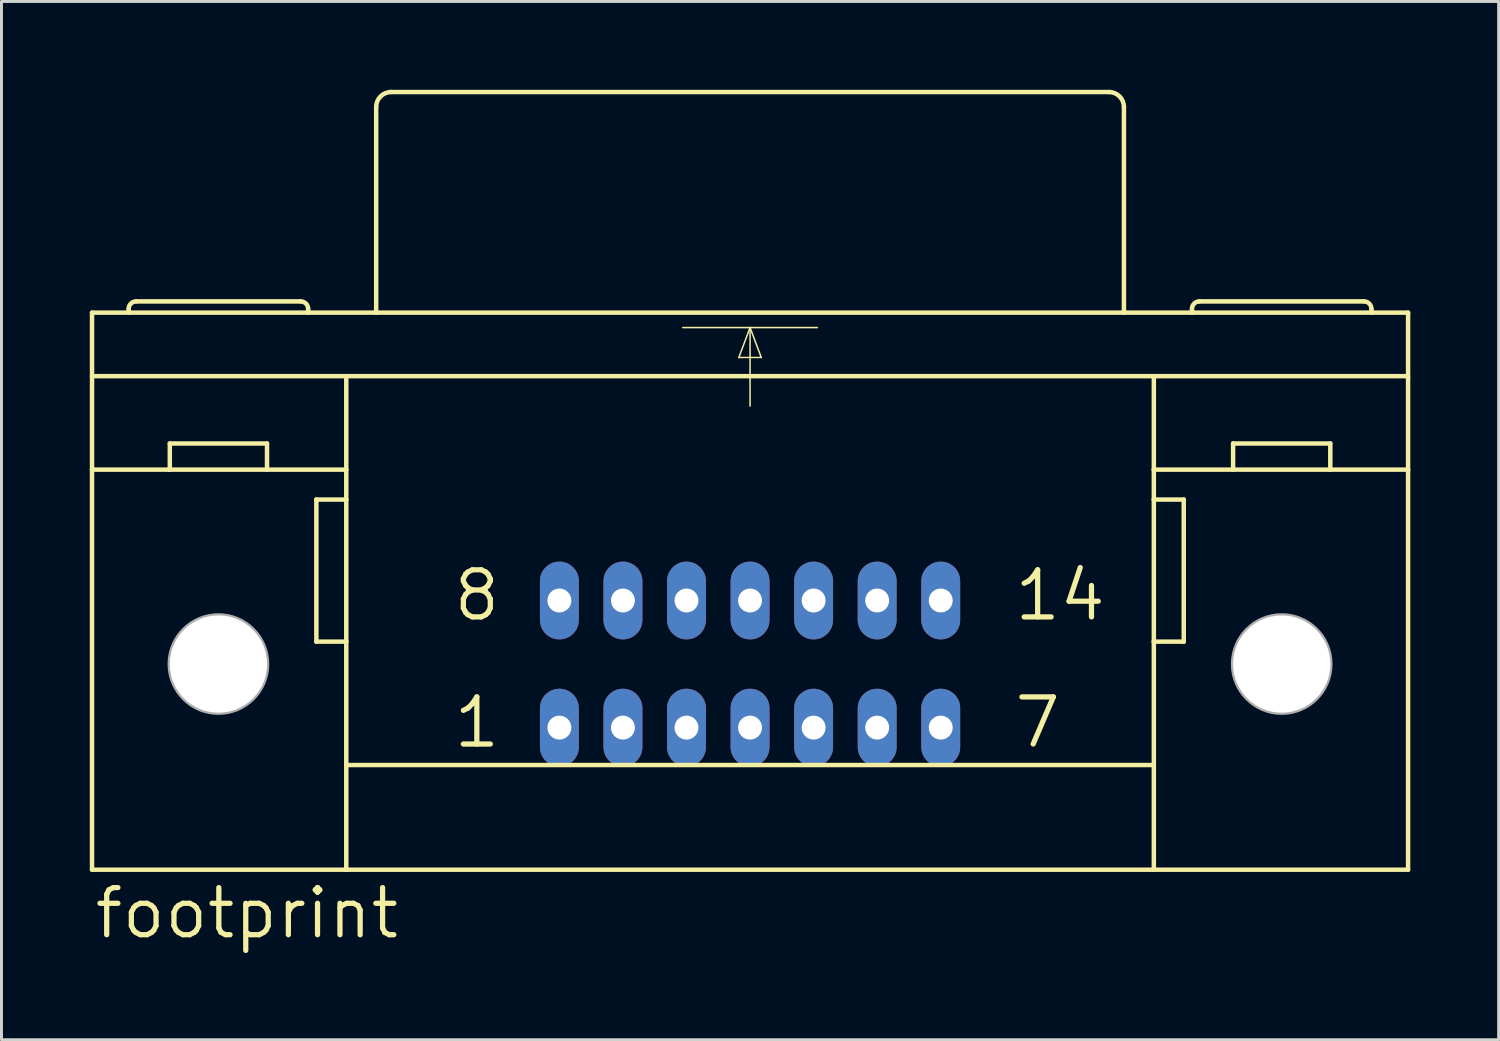
<source format=kicad_pcb>
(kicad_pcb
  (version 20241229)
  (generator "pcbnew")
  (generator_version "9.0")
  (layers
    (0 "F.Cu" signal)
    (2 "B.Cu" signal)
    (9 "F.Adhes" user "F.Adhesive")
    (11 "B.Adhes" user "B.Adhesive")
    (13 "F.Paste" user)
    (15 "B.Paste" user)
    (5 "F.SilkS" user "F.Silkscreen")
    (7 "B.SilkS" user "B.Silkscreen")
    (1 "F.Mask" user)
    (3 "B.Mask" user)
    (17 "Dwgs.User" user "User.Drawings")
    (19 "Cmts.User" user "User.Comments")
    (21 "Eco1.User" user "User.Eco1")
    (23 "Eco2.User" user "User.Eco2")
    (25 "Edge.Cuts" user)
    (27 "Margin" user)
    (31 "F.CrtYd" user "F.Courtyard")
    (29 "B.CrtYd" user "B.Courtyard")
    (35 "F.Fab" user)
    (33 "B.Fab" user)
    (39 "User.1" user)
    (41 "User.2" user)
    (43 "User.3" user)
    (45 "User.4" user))
  (footprint "footprint"
    (layer "F.Cu")
    (at 22.428 19.507)
    (property "Reference" "footprint" (at -22.352 9.398 0) (layer "F.SilkS") (effects (font (size 1.6 1.6) (thickness 0.178)) (justify left bottom)))
    (fp_line (start -22.352 -11.938) (end -21.107 -11.938) (stroke (width 0.152) (type solid)) (layer "F.SilkS"))
    (fp_line (start -22.352 -9.779) (end -13.716 -9.779) (stroke (width 0.152) (type solid)) (layer "F.SilkS"))
    (fp_line (start -22.352 -6.604) (end -22.352 -11.938) (stroke (width 0.152) (type solid)) (layer "F.SilkS"))
    (fp_line (start -22.352 6.985) (end -22.352 -6.604) (stroke (width 0.152) (type solid)) (layer "F.SilkS"))
    (fp_line (start -22.352 6.985) (end -13.716 6.985) (stroke (width 0.152) (type solid)) (layer "F.SilkS"))
    (fp_line (start -21.107 -11.938) (end -21.107 -12.065) (stroke (width 0.152) (type solid)) (layer "F.SilkS"))
    (fp_line (start -21.107 -11.938) (end -15.011 -11.938) (stroke (width 0.152) (type solid)) (layer "F.SilkS"))
    (fp_line (start -19.71 -6.604) (end -22.352 -6.604) (stroke (width 0.152) (type solid)) (layer "F.SilkS"))
    (fp_line (start -19.71 -6.604) (end -19.71 -7.493) (stroke (width 0.152) (type solid)) (layer "F.SilkS"))
    (fp_line (start -16.408 -7.493) (end -19.71 -7.493) (stroke (width 0.152) (type solid)) (layer "F.SilkS"))
    (fp_line (start -16.408 -6.604) (end -19.71 -6.604) (stroke (width 0.152) (type solid)) (layer "F.SilkS"))
    (fp_line (start -16.408 -6.604) (end -16.408 -7.493) (stroke (width 0.152) (type solid)) (layer "F.SilkS"))
    (fp_line (start -15.265 -12.319) (end -20.853 -12.319) (stroke (width 0.152) (type solid)) (layer "F.SilkS"))
    (fp_line (start -15.011 -11.938) (end -15.011 -12.065) (stroke (width 0.152) (type solid)) (layer "F.SilkS"))
    (fp_line (start -15.011 -11.938) (end -12.7 -11.938) (stroke (width 0.152) (type solid)) (layer "F.SilkS"))
    (fp_line (start -14.732 -5.588) (end -14.732 -0.762) (stroke (width 0.152) (type solid)) (layer "F.SilkS"))
    (fp_line (start -14.732 -0.762) (end -13.716 -0.762) (stroke (width 0.152) (type solid)) (layer "F.SilkS"))
    (fp_line (start -13.716 -9.779) (end 13.716 -9.779) (stroke (width 0.152) (type solid)) (layer "F.SilkS"))
    (fp_line (start -13.716 -6.604) (end -16.408 -6.604) (stroke (width 0.152) (type solid)) (layer "F.SilkS"))
    (fp_line (start -13.716 -6.604) (end -13.716 -9.779) (stroke (width 0.152) (type solid)) (layer "F.SilkS"))
    (fp_line (start -13.716 -5.588) (end -14.732 -5.588) (stroke (width 0.152) (type solid)) (layer "F.SilkS"))
    (fp_line (start -13.716 -5.588) (end -13.716 -6.604) (stroke (width 0.152) (type solid)) (layer "F.SilkS"))
    (fp_line (start -13.716 -0.762) (end -13.716 -5.588) (stroke (width 0.152) (type solid)) (layer "F.SilkS"))
    (fp_line (start -13.716 3.429) (end 13.716 3.429) (stroke (width 0.152) (type solid)) (layer "F.SilkS"))
    (fp_line (start -13.716 6.985) (end -13.716 -0.762) (stroke (width 0.152) (type solid)) (layer "F.SilkS"))
    (fp_line (start -13.716 6.985) (end 13.716 6.985) (stroke (width 0.152) (type solid)) (layer "F.SilkS"))
    (fp_line (start -12.7 -11.938) (end -12.7 -18.923) (stroke (width 0.152) (type solid)) (layer "F.SilkS"))
    (fp_line (start -12.7 -11.938) (end 12.7 -11.938) (stroke (width 0.152) (type solid)) (layer "F.SilkS"))
    (fp_line (start -12.192 -19.431) (end 12.192 -19.431) (stroke (width 0.152) (type solid)) (layer "F.SilkS"))
    (fp_line (start -2.286 -11.43) (end 0 -11.43) (stroke (width 0.051) (type solid)) (layer "F.SilkS"))
    (fp_line (start -0.381 -10.414) (end 0.381 -10.414) (stroke (width 0.051) (type solid)) (layer "F.SilkS"))
    (fp_line (start 0 -11.43) (end -0.381 -10.414) (stroke (width 0.051) (type solid)) (layer "F.SilkS"))
    (fp_line (start 0 -11.43) (end 0 -8.763) (stroke (width 0.051) (type solid)) (layer "F.SilkS"))
    (fp_line (start 0 -11.43) (end 2.286 -11.43) (stroke (width 0.051) (type solid)) (layer "F.SilkS"))
    (fp_line (start 0.381 -10.414) (end 0 -11.43) (stroke (width 0.051) (type solid)) (layer "F.SilkS"))
    (fp_line (start 12.7 -11.938) (end 12.7 -18.923) (stroke (width 0.152) (type solid)) (layer "F.SilkS"))
    (fp_line (start 12.7 -11.938) (end 15.011 -11.938) (stroke (width 0.152) (type solid)) (layer "F.SilkS"))
    (fp_line (start 13.716 -9.779) (end 22.352 -9.779) (stroke (width 0.152) (type solid)) (layer "F.SilkS"))
    (fp_line (start 13.716 -6.604) (end 13.716 -9.779) (stroke (width 0.152) (type solid)) (layer "F.SilkS"))
    (fp_line (start 13.716 -6.604) (end 16.408 -6.604) (stroke (width 0.152) (type solid)) (layer "F.SilkS"))
    (fp_line (start 13.716 -5.588) (end 13.716 -6.604) (stroke (width 0.152) (type solid)) (layer "F.SilkS"))
    (fp_line (start 13.716 -5.588) (end 14.732 -5.588) (stroke (width 0.152) (type solid)) (layer "F.SilkS"))
    (fp_line (start 13.716 -0.762) (end 13.716 -5.588) (stroke (width 0.152) (type solid)) (layer "F.SilkS"))
    (fp_line (start 13.716 6.985) (end 13.716 -0.762) (stroke (width 0.152) (type solid)) (layer "F.SilkS"))
    (fp_line (start 13.716 6.985) (end 22.352 6.985) (stroke (width 0.152) (type solid)) (layer "F.SilkS"))
    (fp_line (start 14.732 -5.588) (end 14.732 -0.762) (stroke (width 0.152) (type solid)) (layer "F.SilkS"))
    (fp_line (start 14.732 -0.762) (end 13.716 -0.762) (stroke (width 0.152) (type solid)) (layer "F.SilkS"))
    (fp_line (start 15.011 -11.938) (end 15.011 -12.065) (stroke (width 0.152) (type solid)) (layer "F.SilkS"))
    (fp_line (start 15.011 -11.938) (end 21.107 -11.938) (stroke (width 0.152) (type solid)) (layer "F.SilkS"))
    (fp_line (start 15.265 -12.319) (end 20.853 -12.319) (stroke (width 0.152) (type solid)) (layer "F.SilkS"))
    (fp_line (start 16.408 -7.493) (end 19.71 -7.493) (stroke (width 0.152) (type solid)) (layer "F.SilkS"))
    (fp_line (start 16.408 -6.604) (end 16.408 -7.493) (stroke (width 0.152) (type solid)) (layer "F.SilkS"))
    (fp_line (start 16.408 -6.604) (end 19.71 -6.604) (stroke (width 0.152) (type solid)) (layer "F.SilkS"))
    (fp_line (start 19.71 -6.604) (end 19.71 -7.493) (stroke (width 0.152) (type solid)) (layer "F.SilkS"))
    (fp_line (start 19.71 -6.604) (end 22.352 -6.604) (stroke (width 0.152) (type solid)) (layer "F.SilkS"))
    (fp_line (start 21.107 -11.938) (end 21.107 -12.065) (stroke (width 0.152) (type solid)) (layer "F.SilkS"))
    (fp_line (start 21.107 -11.938) (end 22.352 -11.938) (stroke (width 0.152) (type solid)) (layer "F.SilkS"))
    (fp_line (start 22.352 -11.938) (end 22.352 -6.604) (stroke (width 0.152) (type solid)) (layer "F.SilkS"))
    (fp_line (start 22.352 -6.604) (end 22.352 6.985) (stroke (width 0.152) (type solid)) (layer "F.SilkS"))
    (fp_arc (start -21.1074 -12.065) (mid -21.033005 -12.244605) (end -20.8534 -12.319) (stroke (width 0.1524) (type solid)) (layer "F.SilkS"))
    (fp_arc (start -15.2654 -12.319) (mid -15.085795 -12.244605) (end -15.0114 -12.065) (stroke (width 0.1524) (type solid)) (layer "F.SilkS"))
    (fp_arc (start -12.7 -18.923) (mid -12.55121 -19.28221) (end -12.192 -19.431) (stroke (width 0.1524) (type solid)) (layer "F.SilkS"))
    (fp_arc (start 12.192 -19.431) (mid 12.55121 -19.28221) (end 12.7 -18.923) (stroke (width 0.1524) (type solid)) (layer "F.SilkS"))
    (fp_arc (start 15.0114 -12.065) (mid 15.085795 -12.244605) (end 15.2654 -12.319) (stroke (width 0.1524) (type solid)) (layer "F.SilkS"))
    (fp_arc (start 20.8534 -12.319) (mid 21.033005 -12.244605) (end 21.1074 -12.065) (stroke (width 0.1524) (type solid)) (layer "F.SilkS"))
    (fp_circle (center -18.059 0) (end -16.408 0) (stroke (width 0.152) (type solid)) (fill no) (layer "F.Fab"))
    (fp_circle (center 18.059 0) (end 19.71 0) (stroke (width 0.152) (type solid)) (fill no) (layer "F.Fab"))
    (fp_text user "1" (at -10.16 2.921 0) (layer "F.SilkS") (effects (font (size 1.6 1.6) (thickness 0.178)) (justify left bottom)))
    (fp_text user "7" (at 8.89 2.921 0) (layer "F.SilkS") (effects (font (size 1.6 1.6) (thickness 0.178)) (justify left bottom)))
    (fp_text user "8" (at -10.16 -1.397 0) (layer "F.SilkS") (effects (font (size 1.6 1.6) (thickness 0.178)) (justify left bottom)))
    (fp_text user "14" (at 8.89 -1.397 0) (layer "F.SilkS") (effects (font (size 1.6 1.6) (thickness 0.178)) (justify left bottom)))
    (pad "" np_thru_hole circle (at -18.059 0) (size 3.302 3.302) (drill 3.302) (layers "*.Cu" "*.Mask"))
    (pad "" np_thru_hole circle (at 18.059 0) (size 3.302 3.302) (drill 3.302) (layers "*.Cu" "*.Mask"))
    (pad "1" thru_hole oval (at -6.477 2.159 90) (size 2.642 1.321) (drill 0.813) (layers "*.Cu" "*.Mask"))
    (pad "2" thru_hole oval (at -4.318 2.159 90) (size 2.642 1.321) (drill 0.813) (layers "*.Cu" "*.Mask"))
    (pad "3" thru_hole oval (at -2.159 2.159 90) (size 2.642 1.321) (drill 0.813) (layers "*.Cu" "*.Mask"))
    (pad "4" thru_hole oval (at 0 2.159 90) (size 2.642 1.321) (drill 0.813) (layers "*.Cu" "*.Mask"))
    (pad "5" thru_hole oval (at 2.159 2.159 90) (size 2.642 1.321) (drill 0.813) (layers "*.Cu" "*.Mask"))
    (pad "6" thru_hole oval (at 4.318 2.159 90) (size 2.642 1.321) (drill 0.813) (layers "*.Cu" "*.Mask"))
    (pad "7" thru_hole oval (at 6.477 2.159 90) (size 2.642 1.321) (drill 0.813) (layers "*.Cu" "*.Mask"))
    (pad "8" thru_hole oval (at -6.477 -2.159 90) (size 2.642 1.321) (drill 0.813) (layers "*.Cu" "*.Mask"))
    (pad "9" thru_hole oval (at -4.318 -2.159 90) (size 2.642 1.321) (drill 0.813) (layers "*.Cu" "*.Mask"))
    (pad "10" thru_hole oval (at -2.159 -2.159 90) (size 2.642 1.321) (drill 0.813) (layers "*.Cu" "*.Mask"))
    (pad "11" thru_hole oval (at 0 -2.159 90) (size 2.642 1.321) (drill 0.813) (layers "*.Cu" "*.Mask"))
    (pad "12" thru_hole oval (at 2.159 -2.159 90) (size 2.642 1.321) (drill 0.813) (layers "*.Cu" "*.Mask"))
    (pad "13" thru_hole oval (at 4.318 -2.159 90) (size 2.642 1.321) (drill 0.813) (layers "*.Cu" "*.Mask"))
    (pad "14" thru_hole oval (at 6.477 -2.159 90) (size 2.642 1.321) (drill 0.813) (layers "*.Cu" "*.Mask"))
    (zone (net_name "") (layers "F.Cu" "B.Cu") (hatch edge 0.508) (connect_pads) (min_thickness 0.254) (filled_areas_thickness no) (keepout (tracks allowed) (vias not_allowed) (pads allowed) (copperpour allowed) (footprints allowed)) (placement (enabled no)) (fill) (polygon (pts (xy 8.433 19.507) (xy 8.371 18.801) (xy 8.188 18.117) (xy 7.888 17.475) (xy 7.482 16.895) (xy 6.981 16.394) (xy 6.401 15.988) (xy 5.759 15.688) (xy 5.075 15.505) (xy 4.369 15.443) (xy 3.663 15.505) (xy 2.979 15.688) (xy 2.337 15.988) (xy 1.757 16.394) (xy 1.256 16.895) (xy 0.849 17.475) (xy 0.55 18.117) (xy 0.367 18.801) (xy 0.305 19.507) (xy 0.367 20.213) (xy 0.55 20.897) (xy 0.849 21.539) (xy 1.256 22.119) (xy 1.757 22.62) (xy 2.337 23.027) (xy 2.979 23.326) (xy 3.663 23.509) (xy 4.369 23.571) (xy 5.075 23.509) (xy 5.759 23.326) (xy 6.401 23.027) (xy 6.981 22.62) (xy 7.482 22.119) (xy 7.888 21.539) (xy 8.188 20.897) (xy 8.371 20.213))) (polygon (pts (xy 6.401 19.507) (xy 6.37 19.154) (xy 6.278 18.812) (xy 6.129 18.491) (xy 5.925 18.201) (xy 5.675 17.951) (xy 5.385 17.747) (xy 5.064 17.598) (xy 4.722 17.506) (xy 4.369 17.475) (xy 4.016 17.506) (xy 3.674 17.598) (xy 3.353 17.747) (xy 3.063 17.951) (xy 2.812 18.201) (xy 2.609 18.491) (xy 2.459 18.812) (xy 2.368 19.154) (xy 2.337 19.507) (xy 2.368 19.86) (xy 2.459 20.202) (xy 2.609 20.523) (xy 2.812 20.813) (xy 3.063 21.064) (xy 3.353 21.267) (xy 3.674 21.417) (xy 4.016 21.508) (xy 4.369 21.539) (xy 4.722 21.508) (xy 5.064 21.417) (xy 5.385 21.267) (xy 5.675 21.064) (xy 5.925 20.813) (xy 6.129 20.523) (xy 6.278 20.202) (xy 6.37 19.86))))
    (zone (net_name "") (layers "F.Cu" "B.Cu") (hatch edge 0.508) (connect_pads) (min_thickness 0.254) (filled_areas_thickness no) (keepout (tracks allowed) (vias not_allowed) (pads allowed) (copperpour allowed) (footprints allowed)) (placement (enabled no)) (fill) (polygon (pts (xy 44.552 19.507) (xy 44.49 18.801) (xy 44.307 18.117) (xy 44.007 17.475) (xy 43.601 16.895) (xy 43.1 16.394) (xy 42.52 15.988) (xy 41.878 15.688) (xy 41.193 15.505) (xy 40.488 15.443) (xy 39.782 15.505) (xy 39.098 15.688) (xy 38.456 15.988) (xy 37.875 16.394) (xy 37.374 16.895) (xy 36.968 17.475) (xy 36.669 18.117) (xy 36.485 18.801) (xy 36.424 19.507) (xy 36.485 20.213) (xy 36.669 20.897) (xy 36.968 21.539) (xy 37.374 22.119) (xy 37.875 22.62) (xy 38.456 23.027) (xy 39.098 23.326) (xy 39.782 23.509) (xy 40.488 23.571) (xy 41.193 23.509) (xy 41.878 23.326) (xy 42.52 23.027) (xy 43.1 22.62) (xy 43.601 22.119) (xy 44.007 21.539) (xy 44.307 20.897) (xy 44.49 20.213))) (polygon (pts (xy 42.52 19.507) (xy 42.489 19.154) (xy 42.397 18.812) (xy 42.247 18.491) (xy 42.044 18.201) (xy 41.794 17.951) (xy 41.504 17.747) (xy 41.183 17.598) (xy 40.84 17.506) (xy 40.488 17.475) (xy 40.135 17.506) (xy 39.793 17.598) (xy 39.472 17.747) (xy 39.181 17.951) (xy 38.931 18.201) (xy 38.728 18.491) (xy 38.578 18.812) (xy 38.486 19.154) (xy 38.456 19.507) (xy 38.486 19.86) (xy 38.578 20.202) (xy 38.728 20.523) (xy 38.931 20.813) (xy 39.181 21.064) (xy 39.472 21.267) (xy 39.793 21.417) (xy 40.135 21.508) (xy 40.488 21.539) (xy 40.84 21.508) (xy 41.183 21.417) (xy 41.504 21.267) (xy 41.794 21.064) (xy 42.044 20.813) (xy 42.247 20.523) (xy 42.397 20.202) (xy 42.489 19.86))))
    (zone (net_name "") (layer "B.Cu") (hatch edge 0.508) (connect_pads) (min_thickness 0.254) (filled_areas_thickness no) (keepout (tracks not_allowed) (vias not_allowed) (pads not_allowed) (copperpour not_allowed) (footprints allowed)) (placement (enabled no)) (fill) (polygon (pts (xy 8.433 19.507) (xy 8.371 18.801) (xy 8.188 18.117) (xy 7.888 17.475) (xy 7.482 16.895) (xy 6.981 16.394) (xy 6.401 15.988) (xy 5.759 15.688) (xy 5.075 15.505) (xy 4.369 15.443) (xy 3.663 15.505) (xy 2.979 15.688) (xy 2.337 15.988) (xy 1.757 16.394) (xy 1.256 16.895) (xy 0.849 17.475) (xy 0.55 18.117) (xy 0.367 18.801) (xy 0.305 19.507) (xy 0.367 20.213) (xy 0.55 20.897) (xy 0.849 21.539) (xy 1.256 22.119) (xy 1.757 22.62) (xy 2.337 23.027) (xy 2.979 23.326) (xy 3.663 23.509) (xy 4.369 23.571) (xy 5.075 23.509) (xy 5.759 23.326) (xy 6.401 23.027) (xy 6.981 22.62) (xy 7.482 22.119) (xy 7.888 21.539) (xy 8.188 20.897) (xy 8.371 20.213))) (polygon (pts (xy 6.401 19.507) (xy 6.37 19.154) (xy 6.278 18.812) (xy 6.129 18.491) (xy 5.925 18.201) (xy 5.675 17.951) (xy 5.385 17.747) (xy 5.064 17.598) (xy 4.722 17.506) (xy 4.369 17.475) (xy 4.016 17.506) (xy 3.674 17.598) (xy 3.353 17.747) (xy 3.063 17.951) (xy 2.812 18.201) (xy 2.609 18.491) (xy 2.459 18.812) (xy 2.368 19.154) (xy 2.337 19.507) (xy 2.368 19.86) (xy 2.459 20.202) (xy 2.609 20.523) (xy 2.812 20.813) (xy 3.063 21.064) (xy 3.353 21.267) (xy 3.674 21.417) (xy 4.016 21.508) (xy 4.369 21.539) (xy 4.722 21.508) (xy 5.064 21.417) (xy 5.385 21.267) (xy 5.675 21.064) (xy 5.925 20.813) (xy 6.129 20.523) (xy 6.278 20.202) (xy 6.37 19.86))))
    (zone (net_name "") (layer "B.Cu") (hatch edge 0.508) (connect_pads) (min_thickness 0.254) (filled_areas_thickness no) (keepout (tracks not_allowed) (vias not_allowed) (pads not_allowed) (copperpour not_allowed) (footprints allowed)) (placement (enabled no)) (fill) (polygon (pts (xy 44.552 19.507) (xy 44.49 18.801) (xy 44.307 18.117) (xy 44.007 17.475) (xy 43.601 16.895) (xy 43.1 16.394) (xy 42.52 15.988) (xy 41.878 15.688) (xy 41.193 15.505) (xy 40.488 15.443) (xy 39.782 15.505) (xy 39.098 15.688) (xy 38.456 15.988) (xy 37.875 16.394) (xy 37.374 16.895) (xy 36.968 17.475) (xy 36.669 18.117) (xy 36.485 18.801) (xy 36.424 19.507) (xy 36.485 20.213) (xy 36.669 20.897) (xy 36.968 21.539) (xy 37.374 22.119) (xy 37.875 22.62) (xy 38.456 23.027) (xy 39.098 23.326) (xy 39.782 23.509) (xy 40.488 23.571) (xy 41.193 23.509) (xy 41.878 23.326) (xy 42.52 23.027) (xy 43.1 22.62) (xy 43.601 22.119) (xy 44.007 21.539) (xy 44.307 20.897) (xy 44.49 20.213))) (polygon (pts (xy 42.52 19.507) (xy 42.489 19.154) (xy 42.397 18.812) (xy 42.247 18.491) (xy 42.044 18.201) (xy 41.794 17.951) (xy 41.504 17.747) (xy 41.183 17.598) (xy 40.84 17.506) (xy 40.488 17.475) (xy 40.135 17.506) (xy 39.793 17.598) (xy 39.472 17.747) (xy 39.181 17.951) (xy 38.931 18.201) (xy 38.728 18.491) (xy 38.578 18.812) (xy 38.486 19.154) (xy 38.456 19.507) (xy 38.486 19.86) (xy 38.578 20.202) (xy 38.728 20.523) (xy 38.931 20.813) (xy 39.181 21.064) (xy 39.472 21.267) (xy 39.793 21.417) (xy 40.135 21.508) (xy 40.488 21.539) (xy 40.84 21.508) (xy 41.183 21.417) (xy 41.504 21.267) (xy 41.794 21.064) (xy 42.044 20.813) (xy 42.247 20.523) (xy 42.397 20.202) (xy 42.489 19.86)))))
  (gr_rect
    (start -3 -3)
    (end 47.856 32.268)
    (stroke (width 0.1) (type default))
    (fill no)
    (layer "Edge.Cuts")))
</source>
